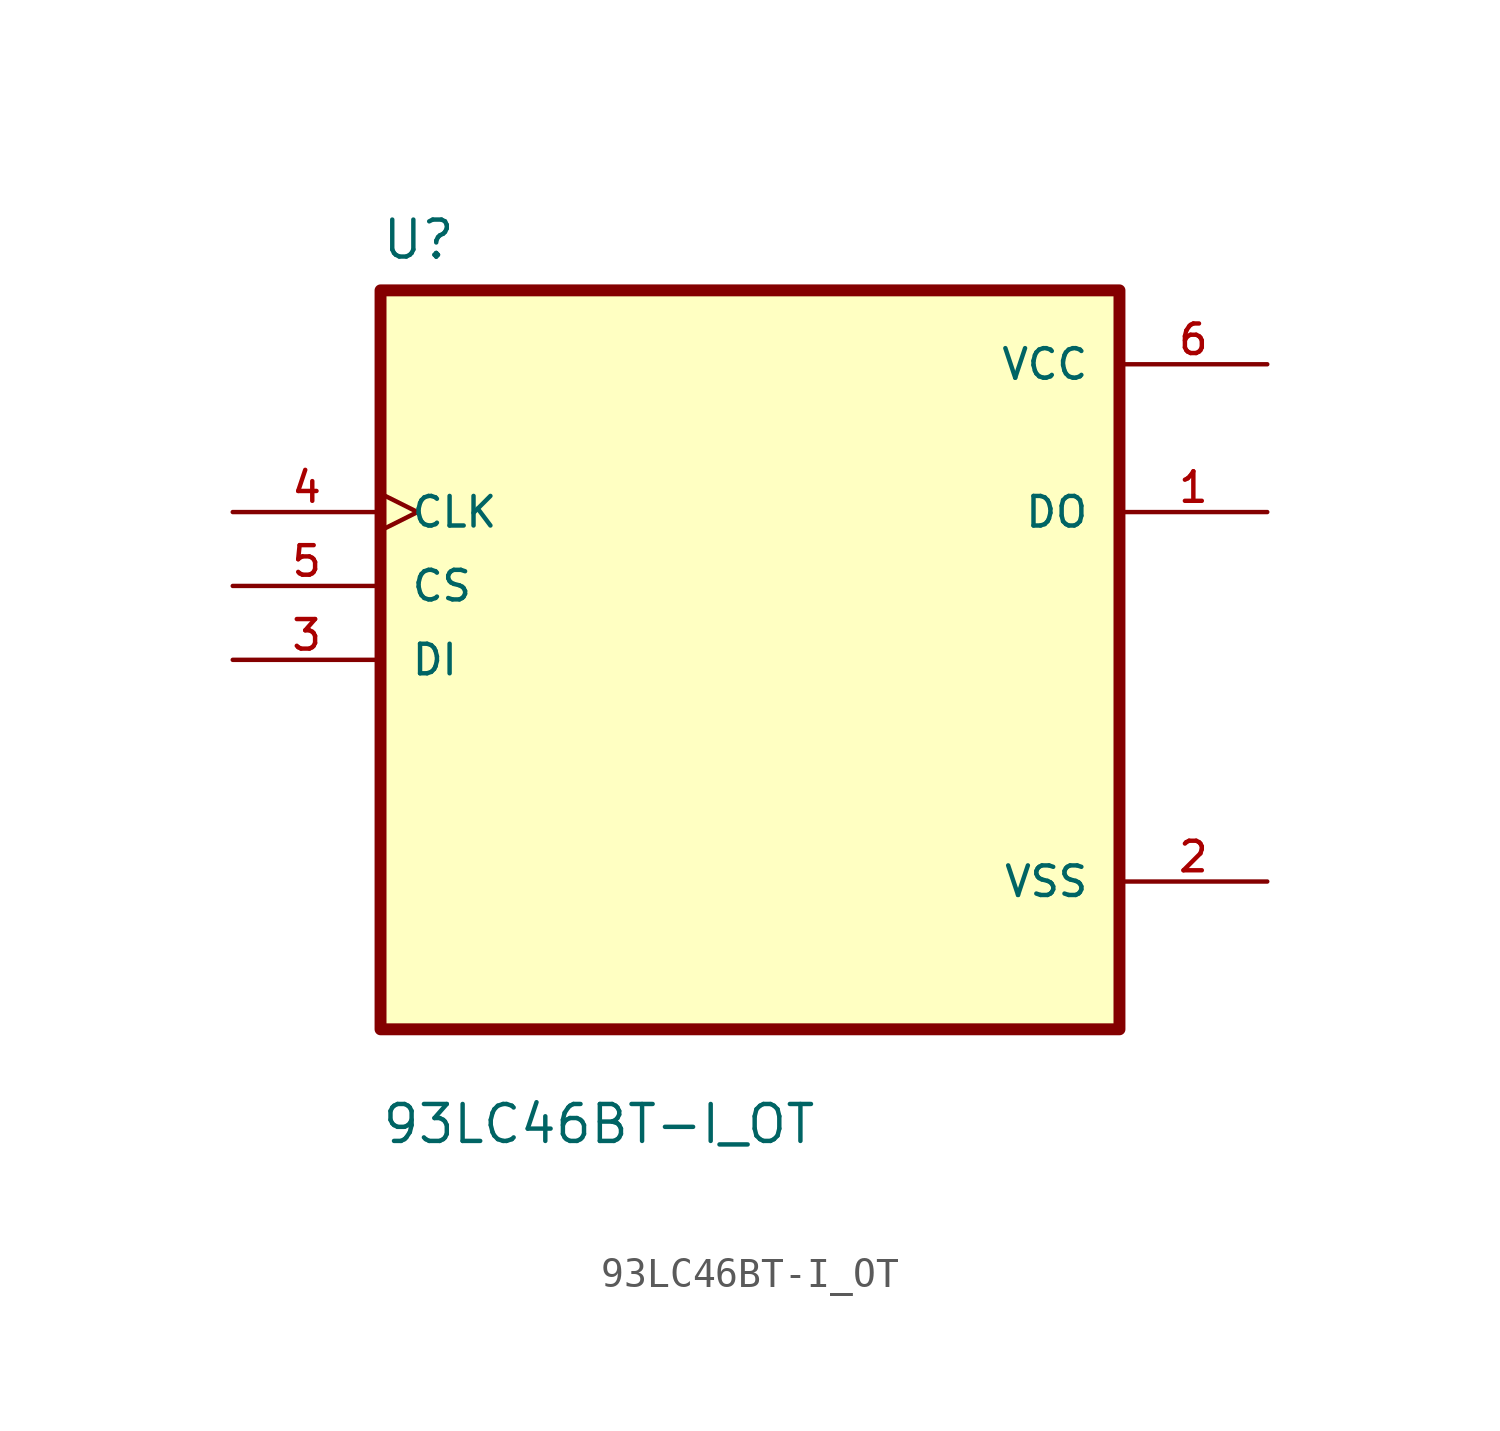
<source format=kicad_sym>
(kicad_symbol_lib
  (version 20211014)
  (generator kicad_symbol_editor)
  (symbol "93LC46BT-I_OT"
    (pin_names
      (offset 1.016))
    (property "Reference" "U"
      (at -12.7 13.7 0.0)
      (effects (font (size 1.27 1.27)) (justify bottom left)))
    (property "Value" "93LC46BT-I_OT"
      (at -12.7 -16.7 0.0)
      (effects (font (size 1.27 1.27)) (justify bottom left)))
    (symbol "93LC46BT-I_OT_0_0"
      (rectangle (start -12.7 -12.7) (end 12.7 12.7) (stroke (width 0.41)) (fill (type background)))
      (pin input clock (at -17.78 5.08 0) (length 5.08) (name "CLK" (effects (font (size 1.016 1.016)))) (number "4" (effects (font (size 1.016 1.016)))))
      (pin input line (at -17.78 2.54 0) (length 5.08) (name "CS" (effects (font (size 1.016 1.016)))) (number "5" (effects (font (size 1.016 1.016)))))
      (pin input line (at -17.78 -8.88178e-16 0) (length 5.08) (name "DI" (effects (font (size 1.016 1.016)))) (number "3" (effects (font (size 1.016 1.016)))))
      (pin power_in line (at 17.78 10.16 180.0) (length 5.08) (name "VCC" (effects (font (size 1.016 1.016)))) (number "6" (effects (font (size 1.016 1.016)))))
      (pin output line (at 17.78 5.08 180.0) (length 5.08) (name "DO" (effects (font (size 1.016 1.016)))) (number "1" (effects (font (size 1.016 1.016)))))
      (pin power_in line (at 17.78 -7.62 180.0) (length 5.08) (name "VSS" (effects (font (size 1.016 1.016)))) (number "2" (effects (font (size 1.016 1.016))))))))
</source>
